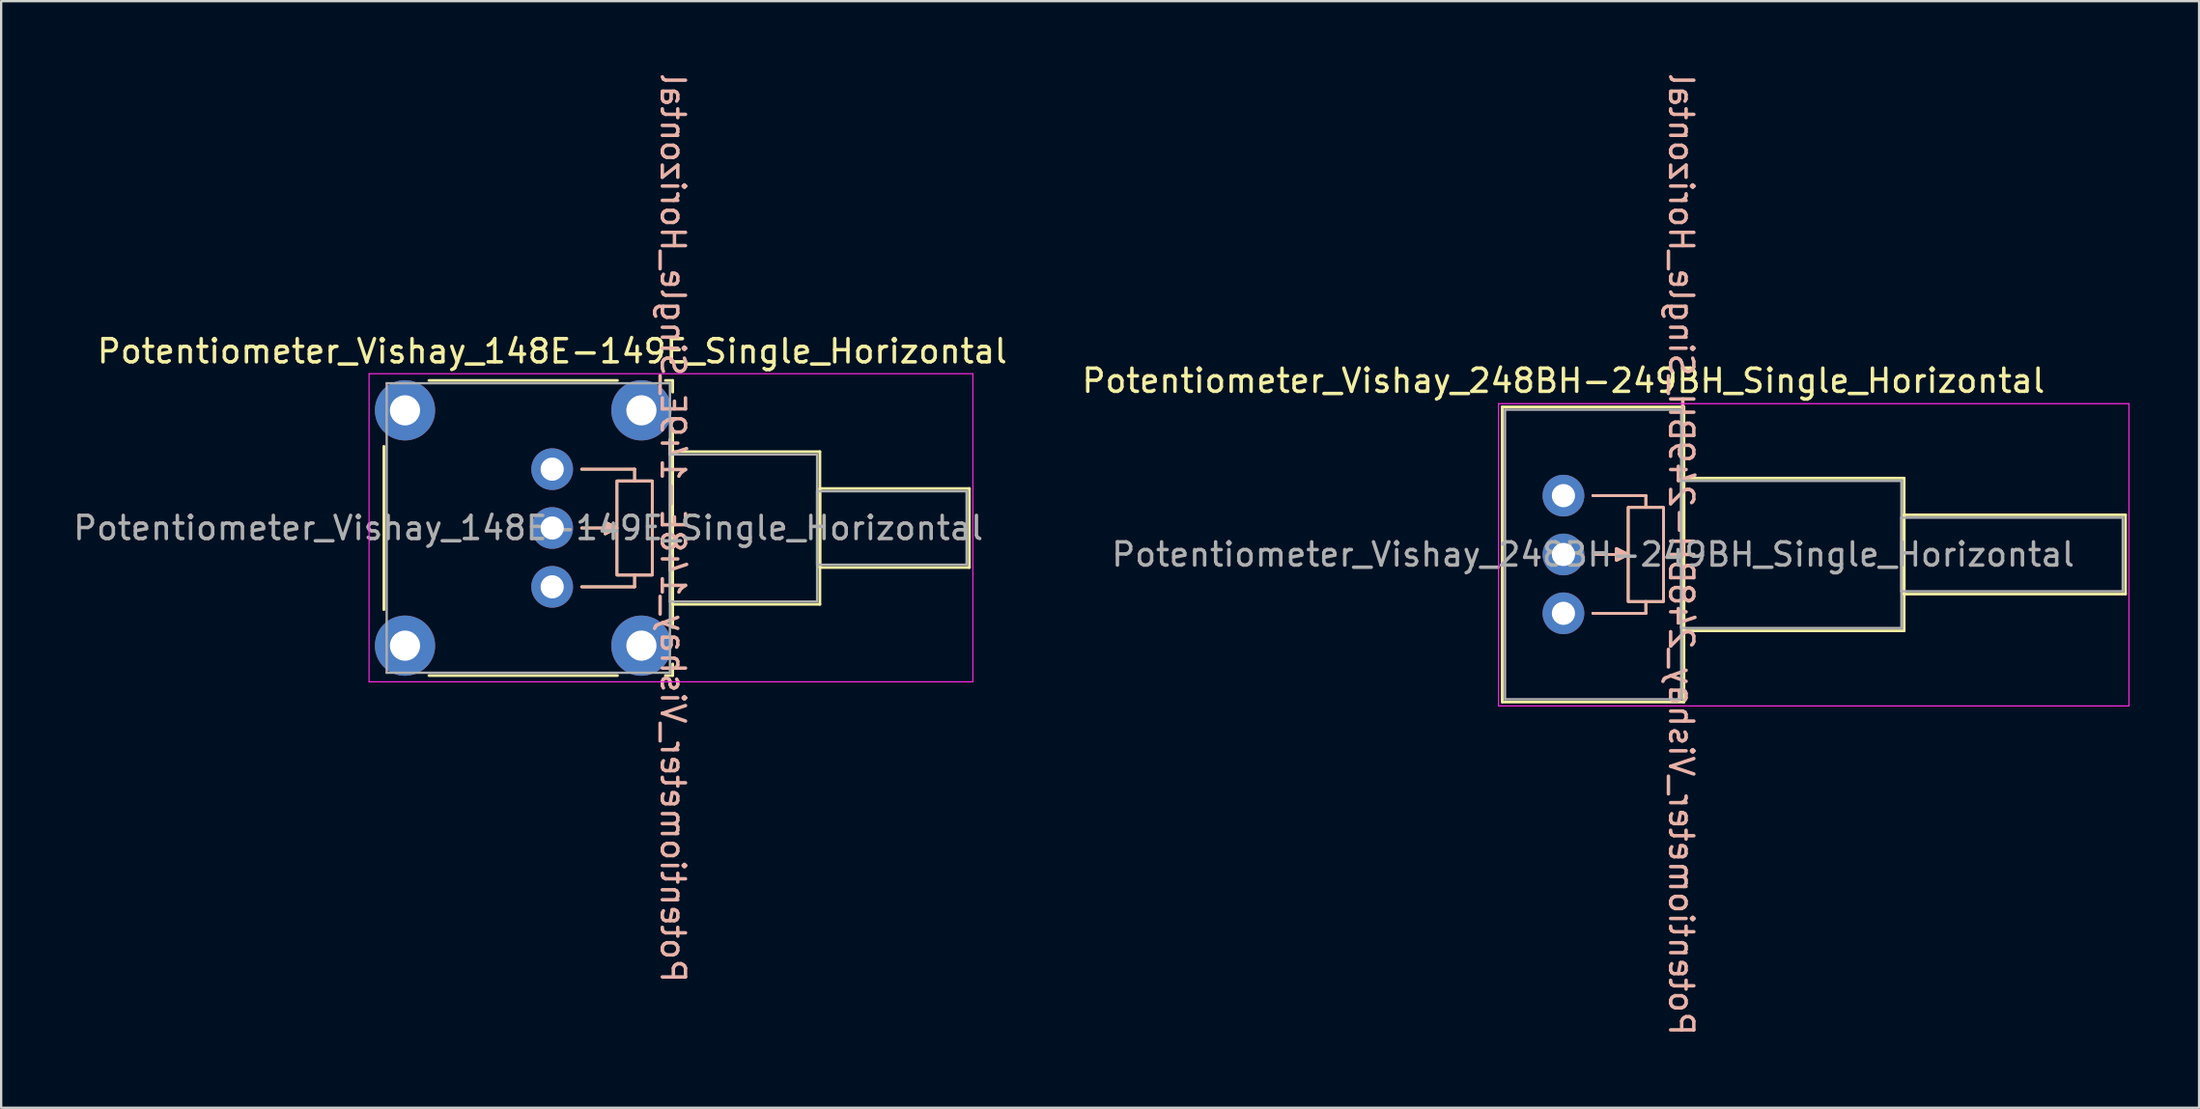
<source format=kicad_pcb>
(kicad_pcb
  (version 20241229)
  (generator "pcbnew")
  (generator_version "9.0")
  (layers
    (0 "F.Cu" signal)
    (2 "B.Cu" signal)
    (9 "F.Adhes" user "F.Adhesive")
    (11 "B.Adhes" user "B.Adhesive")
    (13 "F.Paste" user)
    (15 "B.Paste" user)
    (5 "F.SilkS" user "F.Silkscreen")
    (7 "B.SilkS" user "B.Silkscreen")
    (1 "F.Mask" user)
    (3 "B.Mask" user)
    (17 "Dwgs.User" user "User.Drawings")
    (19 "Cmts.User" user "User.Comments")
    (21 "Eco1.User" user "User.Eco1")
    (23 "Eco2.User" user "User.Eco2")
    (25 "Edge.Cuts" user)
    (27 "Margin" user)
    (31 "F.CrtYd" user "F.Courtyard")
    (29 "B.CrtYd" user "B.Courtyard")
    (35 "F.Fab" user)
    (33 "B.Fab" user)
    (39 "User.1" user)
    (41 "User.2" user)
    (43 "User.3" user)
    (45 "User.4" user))
  (footprint "Potentiometer_Vishay_148E-149E_Single_Horizontal"
    (layer "F.Cu")
    (at 20.774 22.284)
    (property "Reference" "Potentiometer_Vishay_148E-149E_Single_Horizontal" (at 0 -10.17 0) (layer "F.SilkS") (effects (font (size 1 1) (thickness 0.15))))
    (attr through_hole)
    (fp_line (start -7.26 -6.065) (end -7.26 0.985) (stroke (width 0.12) (type solid)) (layer "F.SilkS"))
    (fp_line (start -5.317 -8.91) (end 2.817 -8.91) (stroke (width 0.12) (type solid)) (layer "F.SilkS"))
    (fp_line (start -5.317 3.83) (end 2.817 3.83) (stroke (width 0.12) (type solid)) (layer "F.SilkS"))
    (fp_line (start 1.27 -5.08) (end 3.556 -5.08) (stroke (width 0.12) (type solid)) (layer "F.SilkS"))
    (fp_line (start 1.27 0) (end 3.556 0) (stroke (width 0.12) (type solid)) (layer "F.SilkS"))
    (fp_line (start 2.794 -2.54) (end 1.27 -2.54) (stroke (width 0.12) (type solid)) (layer "F.SilkS"))
    (fp_line (start 3.556 -5.08) (end 3.556 -4.572) (stroke (width 0.12) (type solid)) (layer "F.SilkS"))
    (fp_line (start 3.556 0) (end 3.556 -0.508) (stroke (width 0.12) (type solid)) (layer "F.SilkS"))
    (fp_line (start 4.884 -8.91) (end 5.2 -8.91) (stroke (width 0.12) (type solid)) (layer "F.SilkS"))
    (fp_line (start 4.884 3.83) (end 5.2 3.83) (stroke (width 0.12) (type solid)) (layer "F.SilkS"))
    (fp_line (start 5.2 -8.91) (end 5.2 -8.405) (stroke (width 0.12) (type solid)) (layer "F.SilkS"))
    (fp_line (start 5.2 -6.836) (end 5.2 1.756) (stroke (width 0.12) (type solid)) (layer "F.SilkS"))
    (fp_line (start 5.2 -5.835) (end 5.2 0.755) (stroke (width 0.12) (type solid)) (layer "F.SilkS"))
    (fp_line (start 5.2 -5.835) (end 11.55 -5.835) (stroke (width 0.12) (type solid)) (layer "F.SilkS"))
    (fp_line (start 5.2 0.755) (end 11.55 0.755) (stroke (width 0.12) (type solid)) (layer "F.SilkS"))
    (fp_line (start 5.2 3.326) (end 5.2 3.83) (stroke (width 0.12) (type solid)) (layer "F.SilkS"))
    (fp_line (start 11.55 -5.835) (end 11.55 0.755) (stroke (width 0.12) (type solid)) (layer "F.SilkS"))
    (fp_line (start 11.55 -4.244) (end 11.55 -0.835) (stroke (width 0.12) (type solid)) (layer "F.SilkS"))
    (fp_line (start 11.55 -4.244) (end 18 -4.244) (stroke (width 0.12) (type solid)) (layer "F.SilkS"))
    (fp_line (start 11.55 -0.835) (end 18 -0.835) (stroke (width 0.12) (type solid)) (layer "F.SilkS"))
    (fp_line (start 18 -4.244) (end 18 -0.835) (stroke (width 0.12) (type solid)) (layer "F.SilkS"))
    (fp_rect (start 2.794 -4.572) (end 4.318 -0.508) (stroke (width 0.12) (type solid)) (fill no) (layer "F.SilkS"))
    (fp_poly (pts (xy 2.794 -2.54) (xy 2.286 -2.286) (xy 2.286 -2.794)) (stroke (width 0.12) (type solid)) (fill yes) (layer "F.SilkS"))
    (fp_line (start 1.27 -5.08) (end 3.556 -5.08) (stroke (width 0.12) (type solid)) (layer "B.SilkS"))
    (fp_line (start 1.27 -2.54) (end 2.794 -2.54) (stroke (width 0.12) (type solid)) (layer "B.SilkS"))
    (fp_line (start 1.27 0) (end 3.556 0) (stroke (width 0.12) (type solid)) (layer "B.SilkS"))
    (fp_line (start 3.556 -5.08) (end 3.556 -4.572) (stroke (width 0.12) (type solid)) (layer "B.SilkS"))
    (fp_line (start 3.556 0) (end 3.556 -0.508) (stroke (width 0.12) (type solid)) (layer "B.SilkS"))
    (fp_rect (start 2.794 -4.572) (end 4.318 -0.508) (stroke (width 0.12) (type solid)) (fill no) (layer "B.SilkS"))
    (fp_poly (pts (xy 2.794 -2.54) (xy 2.286 -2.286) (xy 2.286 -2.794)) (stroke (width 0.12) (type solid)) (fill yes) (layer "B.SilkS"))
    (fp_line (start -7.9 -9.2) (end -7.9 4.1) (stroke (width 0.05) (type solid)) (layer "F.CrtYd"))
    (fp_line (start -7.9 4.1) (end 18.15 4.1) (stroke (width 0.05) (type solid)) (layer "F.CrtYd"))
    (fp_line (start 18.15 -9.2) (end -7.9 -9.2) (stroke (width 0.05) (type solid)) (layer "F.CrtYd"))
    (fp_line (start 18.15 4.1) (end 18.15 -9.2) (stroke (width 0.05) (type solid)) (layer "F.CrtYd"))
    (fp_line (start -7.14 -8.79) (end -7.14 3.71) (stroke (width 0.1) (type solid)) (layer "F.Fab"))
    (fp_line (start -7.14 3.71) (end 5.08 3.71) (stroke (width 0.1) (type solid)) (layer "F.Fab"))
    (fp_line (start 5.08 -8.79) (end -7.14 -8.79) (stroke (width 0.1) (type solid)) (layer "F.Fab"))
    (fp_line (start 5.08 -5.715) (end 5.08 0.635) (stroke (width 0.1) (type solid)) (layer "F.Fab"))
    (fp_line (start 5.08 0.635) (end 11.43 0.635) (stroke (width 0.1) (type solid)) (layer "F.Fab"))
    (fp_line (start 5.08 3.71) (end 5.08 -8.79) (stroke (width 0.1) (type solid)) (layer "F.Fab"))
    (fp_line (start 11.43 -5.715) (end 5.08 -5.715) (stroke (width 0.1) (type solid)) (layer "F.Fab"))
    (fp_line (start 11.43 -4.125) (end 11.43 -0.955) (stroke (width 0.1) (type solid)) (layer "F.Fab"))
    (fp_line (start 11.43 -0.955) (end 17.88 -0.955) (stroke (width 0.1) (type solid)) (layer "F.Fab"))
    (fp_line (start 11.43 0.635) (end 11.43 -5.715) (stroke (width 0.1) (type solid)) (layer "F.Fab"))
    (fp_line (start 17.88 -4.125) (end 11.43 -4.125) (stroke (width 0.1) (type solid)) (layer "F.Fab"))
    (fp_line (start 17.88 -0.955) (end 17.88 -4.125) (stroke (width 0.1) (type solid)) (layer "F.Fab"))
    (fp_text user "${REFERENCE}" (at 5.207 -2.54 270) (unlocked yes) (layer "B.SilkS") (effects (font (size 1 1) (thickness 0.15)) (justify mirror)))
    (fp_text user "${REFERENCE}" (at -1.03 -2.54 0) (layer "F.Fab") (effects (font (size 1 1) (thickness 0.15))))
    (pad "" thru_hole circle (at -6.35 -7.62) (size 2.6 2.6) (drill 1.3) (layers "*.Cu" "*.Mask"))
    (pad "" thru_hole circle (at -6.35 2.54) (size 2.6 2.6) (drill 1.3) (layers "*.Cu" "*.Mask"))
    (pad "" thru_hole circle (at 3.85 -7.62) (size 2.6 2.6) (drill 1.3) (layers "*.Cu" "*.Mask"))
    (pad "" thru_hole circle (at 3.85 2.54) (size 2.6 2.6) (drill 1.3) (layers "*.Cu" "*.Mask"))
    (pad "1" thru_hole circle (at 0 0) (size 1.8 1.8) (drill 1) (layers "*.Cu" "*.Mask"))
    (pad "2" thru_hole circle (at 0 -2.54) (size 1.8 1.8) (drill 1) (layers "*.Cu" "*.Mask"))
    (pad "3" thru_hole circle (at 0 -5.08) (size 1.8 1.8) (drill 1) (layers "*.Cu" "*.Mask")))
  (footprint "Potentiometer_Vishay_248BH-249BH_Single_Horizontal"
    (layer "F.Cu")
    (at 64.405 23.427)
    (property "Reference" "Potentiometer_Vishay_248BH-249BH_Single_Horizontal" (at 0 -10.04 0) (layer "F.SilkS") (effects (font (size 1 1) (thickness 0.15))))
    (attr through_hole)
    (fp_line (start -2.64 -8.91) (end -2.64 3.83) (stroke (width 0.12) (type solid)) (layer "F.SilkS"))
    (fp_line (start -2.64 -8.91) (end 5.2 -8.91) (stroke (width 0.12) (type solid)) (layer "F.SilkS"))
    (fp_line (start -2.64 3.83) (end 5.2 3.83) (stroke (width 0.12) (type solid)) (layer "F.SilkS"))
    (fp_line (start 1.27 -5.08) (end 3.556 -5.08) (stroke (width 0.12) (type solid)) (layer "F.SilkS"))
    (fp_line (start 1.27 0) (end 3.556 0) (stroke (width 0.12) (type solid)) (layer "F.SilkS"))
    (fp_line (start 2.794 -2.54) (end 1.27 -2.54) (stroke (width 0.12) (type solid)) (layer "F.SilkS"))
    (fp_line (start 3.556 -5.08) (end 3.556 -4.572) (stroke (width 0.12) (type solid)) (layer "F.SilkS"))
    (fp_line (start 3.556 0) (end 3.556 -0.508) (stroke (width 0.12) (type solid)) (layer "F.SilkS"))
    (fp_line (start 5.2 -8.91) (end 5.2 3.83) (stroke (width 0.12) (type solid)) (layer "F.SilkS"))
    (fp_line (start 5.2 -5.835) (end 5.2 0.755) (stroke (width 0.12) (type solid)) (layer "F.SilkS"))
    (fp_line (start 5.2 -5.835) (end 14.7 -5.835) (stroke (width 0.12) (type solid)) (layer "F.SilkS"))
    (fp_line (start 5.2 0.755) (end 14.7 0.755) (stroke (width 0.12) (type solid)) (layer "F.SilkS"))
    (fp_line (start 14.7 -5.835) (end 14.7 0.755) (stroke (width 0.12) (type solid)) (layer "F.SilkS"))
    (fp_line (start 14.7 -4.249) (end 14.7 -0.83) (stroke (width 0.12) (type solid)) (layer "F.SilkS"))
    (fp_line (start 14.7 -4.249) (end 24.25 -4.249) (stroke (width 0.12) (type solid)) (layer "F.SilkS"))
    (fp_line (start 14.7 -0.83) (end 24.25 -0.83) (stroke (width 0.12) (type solid)) (layer "F.SilkS"))
    (fp_line (start 24.25 -4.249) (end 24.25 -0.83) (stroke (width 0.12) (type solid)) (layer "F.SilkS"))
    (fp_rect (start 2.794 -4.572) (end 4.318 -0.508) (stroke (width 0.12) (type solid)) (fill no) (layer "F.SilkS"))
    (fp_poly (pts (xy 2.794 -2.54) (xy 2.286 -2.286) (xy 2.286 -2.794)) (stroke (width 0.12) (type solid)) (fill yes) (layer "F.SilkS"))
    (fp_line (start 1.27 -5.08) (end 3.556 -5.08) (stroke (width 0.12) (type solid)) (layer "B.SilkS"))
    (fp_line (start 1.27 -2.54) (end 2.794 -2.54) (stroke (width 0.12) (type solid)) (layer "B.SilkS"))
    (fp_line (start 1.27 0) (end 3.556 0) (stroke (width 0.12) (type solid)) (layer "B.SilkS"))
    (fp_line (start 3.556 -5.08) (end 3.556 -4.572) (stroke (width 0.12) (type solid)) (layer "B.SilkS"))
    (fp_line (start 3.556 0) (end 3.556 -0.508) (stroke (width 0.12) (type solid)) (layer "B.SilkS"))
    (fp_rect (start 2.794 -4.572) (end 4.318 -0.508) (stroke (width 0.12) (type solid)) (fill no) (layer "B.SilkS"))
    (fp_poly (pts (xy 2.794 -2.54) (xy 2.286 -2.286) (xy 2.286 -2.794)) (stroke (width 0.12) (type solid)) (fill yes) (layer "B.SilkS"))
    (fp_line (start -2.8 -9.05) (end -2.8 4) (stroke (width 0.05) (type solid)) (layer "F.CrtYd"))
    (fp_line (start -2.8 4) (end 24.4 4) (stroke (width 0.05) (type solid)) (layer "F.CrtYd"))
    (fp_line (start 24.4 -9.05) (end -2.8 -9.05) (stroke (width 0.05) (type solid)) (layer "F.CrtYd"))
    (fp_line (start 24.4 4) (end 24.4 -9.05) (stroke (width 0.05) (type solid)) (layer "F.CrtYd"))
    (fp_line (start -2.52 -8.79) (end -2.52 3.71) (stroke (width 0.1) (type solid)) (layer "F.Fab"))
    (fp_line (start -2.52 3.71) (end 5.08 3.71) (stroke (width 0.1) (type solid)) (layer "F.Fab"))
    (fp_line (start 5.08 -8.79) (end -2.52 -8.79) (stroke (width 0.1) (type solid)) (layer "F.Fab"))
    (fp_line (start 5.08 -5.715) (end 5.08 0.635) (stroke (width 0.1) (type solid)) (layer "F.Fab"))
    (fp_line (start 5.08 0.635) (end 14.58 0.635) (stroke (width 0.1) (type solid)) (layer "F.Fab"))
    (fp_line (start 5.08 3.71) (end 5.08 -8.79) (stroke (width 0.1) (type solid)) (layer "F.Fab"))
    (fp_line (start 14.58 -5.715) (end 5.08 -5.715) (stroke (width 0.1) (type solid)) (layer "F.Fab"))
    (fp_line (start 14.58 -4.13) (end 14.58 -0.95) (stroke (width 0.1) (type solid)) (layer "F.Fab"))
    (fp_line (start 14.58 -0.95) (end 24.13 -0.95) (stroke (width 0.1) (type solid)) (layer "F.Fab"))
    (fp_line (start 14.58 0.635) (end 14.58 -5.715) (stroke (width 0.1) (type solid)) (layer "F.Fab"))
    (fp_line (start 24.13 -4.13) (end 14.58 -4.13) (stroke (width 0.1) (type solid)) (layer "F.Fab"))
    (fp_line (start 24.13 -0.95) (end 24.13 -4.13) (stroke (width 0.1) (type solid)) (layer "F.Fab"))
    (fp_text user "${REFERENCE}" (at 5.08 -2.54 270) (unlocked yes) (layer "B.SilkS") (effects (font (size 1 1) (thickness 0.15)) (justify mirror)))
    (fp_text user "${REFERENCE}" (at 1.28 -2.54 0) (layer "F.Fab") (effects (font (size 1 1) (thickness 0.15))))
    (pad "1" thru_hole circle (at 0 0) (size 1.8 1.8) (drill 1) (layers "*.Cu" "*.Mask"))
    (pad "2" thru_hole circle (at 0 -2.54) (size 1.8 1.8) (drill 1) (layers "*.Cu" "*.Mask"))
    (pad "3" thru_hole circle (at 0 -5.08) (size 1.8 1.8) (drill 1) (layers "*.Cu" "*.Mask")))
  (gr_rect
    (start -3 -3)
    (end 91.83 44.774)
    (stroke (width 0.1) (type default))
    (fill no)
    (layer "Edge.Cuts")))
</source>
